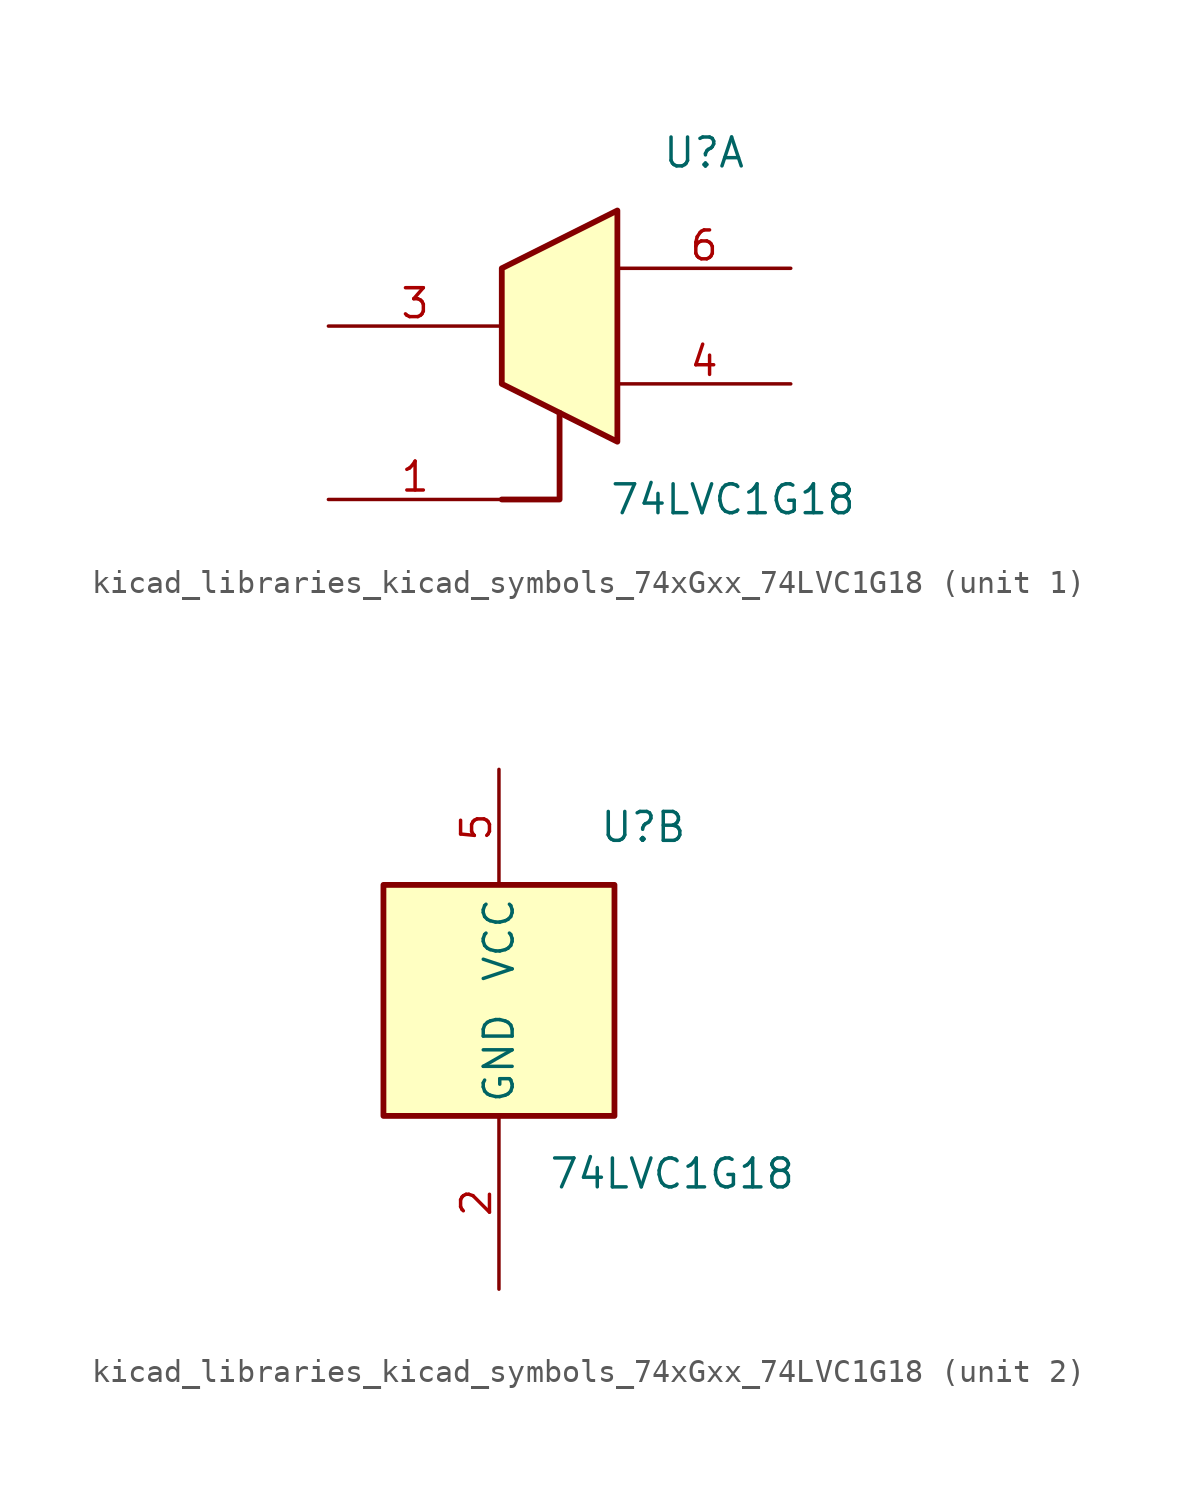
<source format=kicad_sym>
(kicad_symbol_lib
  (version 20220914)
  (generator kicad_symbol_editor)
  (symbol "kicad_libraries_kicad_symbols_74xGxx_74LVC1G18"
    (property "Reference" "U"
      (at 6.35 7.62 0)
      (effects (font (size 1.27 1.27))))
    (property "Value" "74LVC1G18"
      (at 7.62 -7.62 0)
      (effects (font (size 1.27 1.27))))
    (property "ki_locked" ""
      (at 0 0 0)
      (effects (font (size 1.27 1.27))))
    (symbol "kicad_libraries_kicad_symbols_74xGxx_74LVC1G18_1_1"
      (polyline (pts (xy -2.54 -7.62) (xy 0 -7.62) (xy 0 -3.81)) (stroke (width 0.254) (type default)) (fill (type none)))
      (polyline (pts (xy -2.54 2.54) (xy -2.54 -2.54) (xy 2.54 -5.08) (xy 2.54 -1.27) (xy 2.54 0) (xy 2.54 1.27) (xy 2.54 5.08) (xy -2.54 2.54)) (stroke (width 0.254) (type default)) (fill (type background)))
      (pin input line (at -10.16 -7.62 0) (length 7.62) (name "~" (effects (font (size 1.27 1.27)))) (number "1" (effects (font (size 1.27 1.27)))))
      (pin input line (at -10.16 0 0) (length 7.62) (name "~" (effects (font (size 1.27 1.27)))) (number "3" (effects (font (size 1.27 1.27)))))
      (pin tri_state line (at 10.16 -2.54 180) (length 7.62) (name "~" (effects (font (size 1.27 1.27)))) (number "4" (effects (font (size 1.27 1.27)))))
      (pin tri_state line (at 10.16 2.54 180) (length 7.62) (name "~" (effects (font (size 1.27 1.27)))) (number "6" (effects (font (size 1.27 1.27))))))
    (symbol "kicad_libraries_kicad_symbols_74xGxx_74LVC1G18_2_1"
      (rectangle (start -5.08 5.08) (end 5.08 -5.08) (stroke (width 0.254) (type default)) (fill (type background)))
      (pin power_in line (at 0 -12.7 90) (length 7.62) (name "GND" (effects (font (size 1.27 1.27)))) (number "2" (effects (font (size 1.27 1.27)))))
      (pin power_in line (at 0 10.16 270) (length 5.08) (name "VCC" (effects (font (size 1.27 1.27)))) (number "5" (effects (font (size 1.27 1.27))))))))
</source>
